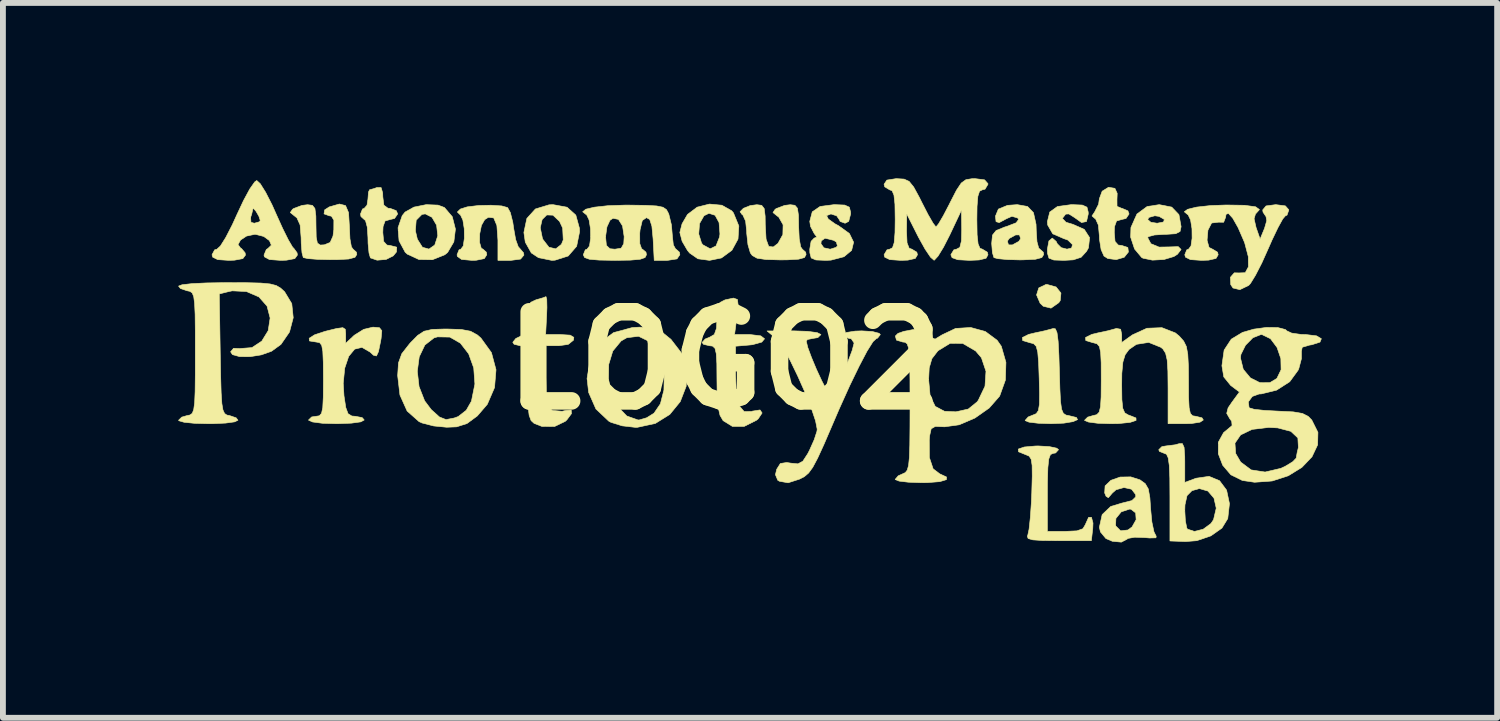
<source format=kicad_pcb>
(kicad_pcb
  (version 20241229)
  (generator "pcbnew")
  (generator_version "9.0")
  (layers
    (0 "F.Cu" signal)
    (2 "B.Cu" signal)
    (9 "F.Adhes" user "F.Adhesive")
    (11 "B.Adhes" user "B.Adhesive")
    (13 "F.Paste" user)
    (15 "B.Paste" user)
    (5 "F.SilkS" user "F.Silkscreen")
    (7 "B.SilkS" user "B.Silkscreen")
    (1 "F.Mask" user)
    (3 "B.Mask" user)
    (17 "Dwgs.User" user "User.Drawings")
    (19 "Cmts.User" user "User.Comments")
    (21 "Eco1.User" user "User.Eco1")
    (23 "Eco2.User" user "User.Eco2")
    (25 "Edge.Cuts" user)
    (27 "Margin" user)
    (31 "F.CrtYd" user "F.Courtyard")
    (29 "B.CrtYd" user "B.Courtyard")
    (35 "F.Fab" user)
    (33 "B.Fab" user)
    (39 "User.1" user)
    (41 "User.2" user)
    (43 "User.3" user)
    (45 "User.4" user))
  (footprint "LOGO2"
    (layer "F.Cu")
    (at 9.339 3.117)
    (property "Reference" "LOGO2" (at 0 0 0) (layer "F.SilkS") (effects (font (size 1.524 1.524) (thickness 0.3))))
    (attr through_hole)
    (fp_poly (pts (xy 5.673 -1.259) (xy 5.756 -1.155) (xy 5.744 -1.027) (xy 5.719 -0.99) (xy 5.586 -0.897) (xy 5.453 -0.93) (xy 5.4 -0.981) (xy 5.339 -1.123) (xy 5.377 -1.243) (xy 5.498 -1.301) (xy 5.518 -1.302) (xy 5.673 -1.259)) (stroke (width 0.01) (type solid)) (fill yes) (layer "F.SilkS"))
    (fp_poly (pts (xy -4.897 -2.659) (xy -4.788 -2.618) (xy -4.654 -2.461) (xy -4.6 -2.249) (xy -4.627 -2.031) (xy -4.734 -1.849) (xy -4.782 -1.81) (xy -4.994 -1.725) (xy -5.225 -1.729) (xy -5.422 -1.82) (xy -5.459 -1.853) (xy -5.564 -2.048) (xy -5.578 -2.221) (xy -5.285 -2.221) (xy -5.251 -2.076) (xy -5.164 -1.938) (xy -5.053 -1.907) (xy -4.954 -1.976) (xy -4.902 -2.135) (xy -4.922 -2.315) (xy -5.001 -2.451) (xy -5.115 -2.509) (xy -5.173 -2.5) (xy -5.271 -2.401) (xy -5.285 -2.221) (xy -5.578 -2.221) (xy -5.581 -2.273) (xy -5.51 -2.479) (xy -5.461 -2.54) (xy -5.309 -2.625) (xy -5.1 -2.667) (xy -4.897 -2.659)) (stroke (width 0.01) (type solid)) (fill yes) (layer "F.SilkS"))
    (fp_poly (pts (xy -2.691 -2.623) (xy -2.541 -2.488) (xy -2.479 -2.263) (xy -2.477 -2.202) (xy -2.527 -1.955) (xy -2.671 -1.789) (xy -2.897 -1.717) (xy -2.953 -1.714) (xy -3.179 -1.76) (xy -3.302 -1.841) (xy -3.405 -2.025) (xy -3.429 -2.191) (xy -3.412 -2.272) (xy -3.149 -2.272) (xy -3.113 -2.095) (xy -3.103 -2.071) (xy -3.001 -1.939) (xy -2.884 -1.911) (xy -2.787 -1.988) (xy -2.756 -2.064) (xy -2.766 -2.267) (xy -2.819 -2.38) (xy -2.932 -2.487) (xy -3.038 -2.491) (xy -3.117 -2.412) (xy -3.149 -2.272) (xy -3.412 -2.272) (xy -3.378 -2.432) (xy -3.232 -2.593) (xy -2.999 -2.664) (xy -2.931 -2.667) (xy -2.691 -2.623)) (stroke (width 0.01) (type solid)) (fill yes) (layer "F.SilkS"))
    (fp_poly (pts (xy -0.043 -2.657) (xy 0.125 -2.562) (xy 0.155 -2.526) (xy 0.247 -2.302) (xy 0.233 -2.078) (xy 0.128 -1.886) (xy -0.051 -1.755) (xy -0.254 -1.714) (xy -0.453 -1.741) (xy -0.594 -1.839) (xy -0.63 -1.882) (xy -0.723 -2.041) (xy -0.755 -2.165) (xy -0.439 -2.165) (xy -0.39 -2.008) (xy -0.366 -1.979) (xy -0.243 -1.912) (xy -0.143 -1.961) (xy -0.083 -2.113) (xy -0.076 -2.165) (xy -0.091 -2.36) (xy -0.159 -2.485) (xy -0.264 -2.519) (xy -0.349 -2.477) (xy -0.425 -2.344) (xy -0.439 -2.165) (xy -0.755 -2.165) (xy -0.762 -2.19) (xy -0.762 -2.191) (xy -0.724 -2.339) (xy -0.631 -2.499) (xy -0.63 -2.5) (xy -0.466 -2.624) (xy -0.255 -2.677) (xy -0.043 -2.657)) (stroke (width 0.01) (type solid)) (fill yes) (layer "F.SilkS"))
    (fp_poly (pts (xy 6.679 -2.946) (xy 6.718 -2.86) (xy 6.714 -2.755) (xy 6.715 -2.638) (xy 6.794 -2.604) (xy 6.803 -2.603) (xy 6.901 -2.561) (xy 6.921 -2.508) (xy 6.869 -2.431) (xy 6.795 -2.413) (xy 6.707 -2.388) (xy 6.672 -2.291) (xy 6.668 -2.191) (xy 6.681 -2.038) (xy 6.736 -1.976) (xy 6.799 -1.968) (xy 6.9 -1.934) (xy 6.91 -1.857) (xy 6.838 -1.767) (xy 6.701 -1.727) (xy 6.557 -1.746) (xy 6.492 -1.788) (xy 6.443 -1.898) (xy 6.415 -2.075) (xy 6.413 -2.135) (xy 6.396 -2.317) (xy 6.349 -2.422) (xy 6.334 -2.432) (xy 6.287 -2.474) (xy 6.334 -2.545) (xy 6.4 -2.675) (xy 6.413 -2.768) (xy 6.461 -2.897) (xy 6.57 -2.964) (xy 6.679 -2.946)) (stroke (width 0.01) (type solid)) (fill yes) (layer "F.SilkS"))
    (fp_poly (pts (xy 7.651 -2.625) (xy 7.774 -2.496) (xy 7.811 -2.29) (xy 7.793 -2.208) (xy 7.719 -2.17) (xy 7.555 -2.159) (xy 7.525 -2.159) (xy 7.354 -2.148) (xy 7.252 -2.12) (xy 7.239 -2.103) (xy 7.294 -1.999) (xy 7.434 -1.941) (xy 7.611 -1.944) (xy 7.762 -1.949) (xy 7.811 -1.9) (xy 7.748 -1.818) (xy 7.688 -1.78) (xy 7.519 -1.729) (xy 7.321 -1.718) (xy 7.16 -1.751) (xy 7.137 -1.763) (xy 7.015 -1.909) (xy 6.948 -2.111) (xy 6.953 -2.276) (xy 7.014 -2.413) (xy 7.239 -2.413) (xy 7.293 -2.366) (xy 7.401 -2.349) (xy 7.51 -2.37) (xy 7.525 -2.413) (xy 7.435 -2.466) (xy 7.362 -2.477) (xy 7.261 -2.449) (xy 7.239 -2.413) (xy 7.014 -2.413) (xy 7.056 -2.507) (xy 7.23 -2.635) (xy 7.437 -2.667) (xy 7.651 -2.625)) (stroke (width 0.01) (type solid)) (fill yes) (layer "F.SilkS"))
    (fp_poly (pts (xy -5.871 -2.959) (xy -5.844 -2.867) (xy -5.842 -2.801) (xy -5.824 -2.658) (xy -5.754 -2.606) (xy -5.715 -2.603) (xy -5.612 -2.564) (xy -5.588 -2.508) (xy -5.641 -2.431) (xy -5.715 -2.413) (xy -5.803 -2.388) (xy -5.838 -2.291) (xy -5.842 -2.191) (xy -5.828 -2.038) (xy -5.772 -1.976) (xy -5.715 -1.968) (xy -5.604 -1.94) (xy -5.608 -1.859) (xy -5.664 -1.791) (xy -5.786 -1.73) (xy -5.939 -1.717) (xy -6.053 -1.756) (xy -6.054 -1.757) (xy -6.078 -1.84) (xy -6.094 -2.005) (xy -6.096 -2.106) (xy -6.108 -2.284) (xy -6.138 -2.395) (xy -6.16 -2.413) (xy -6.216 -2.464) (xy -6.223 -2.508) (xy -6.189 -2.593) (xy -6.16 -2.603) (xy -6.112 -2.658) (xy -6.096 -2.762) (xy -6.087 -2.882) (xy -6.069 -2.921) (xy -5.995 -2.941) (xy -5.942 -2.96) (xy -5.871 -2.959)) (stroke (width 0.01) (type solid)) (fill yes) (layer "F.SilkS"))
    (fp_poly (pts (xy 5.661 -0.543) (xy 5.689 -0.476) (xy 5.708 -0.33) (xy 5.721 -0.089) (xy 5.729 0.169) (xy 5.738 0.488) (xy 5.749 0.702) (xy 5.767 0.832) (xy 5.797 0.902) (xy 5.842 0.932) (xy 5.89 0.941) (xy 6.021 0.973) (xy 6.04 1.01) (xy 5.963 1.044) (xy 5.805 1.07) (xy 5.588 1.079) (xy 5.369 1.072) (xy 5.21 1.053) (xy 5.144 1.026) (xy 5.144 1.023) (xy 5.196 0.964) (xy 5.273 0.933) (xy 5.333 0.908) (xy 5.37 0.855) (xy 5.388 0.748) (xy 5.39 0.562) (xy 5.384 0.307) (xy 5.374 0.029) (xy 5.359 -0.146) (xy 5.333 -0.244) (xy 5.289 -0.289) (xy 5.223 -0.306) (xy 5.101 -0.343) (xy 5.097 -0.395) (xy 5.204 -0.448) (xy 5.307 -0.473) (xy 5.484 -0.511) (xy 5.614 -0.546) (xy 5.622 -0.549) (xy 5.661 -0.543)) (stroke (width 0.01) (type solid)) (fill yes) (layer "F.SilkS"))
    (fp_poly (pts (xy 6.121 -2.66) (xy 6.201 -2.624) (xy 6.222 -2.541) (xy 6.223 -2.508) (xy 6.193 -2.378) (xy 6.108 -2.361) (xy 5.991 -2.445) (xy 5.891 -2.508) (xy 5.837 -2.505) (xy 5.78 -2.432) (xy 5.842 -2.366) (xy 5.966 -2.328) (xy 6.155 -2.244) (xy 6.246 -2.103) (xy 6.227 -1.929) (xy 6.194 -1.869) (xy 6.101 -1.767) (xy 5.967 -1.723) (xy 5.809 -1.714) (xy 5.634 -1.72) (xy 5.551 -1.752) (xy 5.526 -1.834) (xy 5.524 -1.905) (xy 5.55 -2.046) (xy 5.608 -2.095) (xy 5.675 -2.037) (xy 5.692 -2) (xy 5.759 -1.932) (xy 5.859 -1.906) (xy 5.939 -1.926) (xy 5.953 -1.984) (xy 5.875 -2.061) (xy 5.805 -2.086) (xy 5.616 -2.168) (xy 5.529 -2.319) (xy 5.524 -2.376) (xy 5.565 -2.541) (xy 5.696 -2.635) (xy 5.93 -2.667) (xy 5.95 -2.667) (xy 6.121 -2.66)) (stroke (width 0.01) (type solid)) (fill yes) (layer "F.SilkS"))
    (fp_poly (pts (xy 5.557 1.471) (xy 5.684 1.498) (xy 5.715 1.524) (xy 5.664 1.58) (xy 5.62 1.587) (xy 5.576 1.608) (xy 5.548 1.683) (xy 5.532 1.833) (xy 5.525 2.079) (xy 5.524 2.254) (xy 5.524 2.921) (xy 5.835 2.921) (xy 6.029 2.912) (xy 6.131 2.876) (xy 6.176 2.801) (xy 6.178 2.794) (xy 6.229 2.681) (xy 6.278 2.681) (xy 6.304 2.778) (xy 6.3 2.873) (xy 6.276 3.08) (xy 5.709 3.08) (xy 5.438 3.077) (xy 5.274 3.066) (xy 5.195 3.043) (xy 5.181 3.004) (xy 5.189 2.985) (xy 5.211 2.883) (xy 5.232 2.687) (xy 5.25 2.43) (xy 5.257 2.265) (xy 5.265 1.979) (xy 5.263 1.794) (xy 5.247 1.688) (xy 5.212 1.634) (xy 5.154 1.609) (xy 5.148 1.607) (xy 5.03 1.559) (xy 5.027 1.513) (xy 5.128 1.478) (xy 5.32 1.461) (xy 5.366 1.46) (xy 5.557 1.471)) (stroke (width 0.01) (type solid)) (fill yes) (layer "F.SilkS"))
    (fp_poly (pts (xy -3.808 -2.645) (xy -3.708 -2.617) (xy -3.661 -2.532) (xy -3.619 -2.366) (xy -3.603 -2.256) (xy -3.57 -2.07) (xy -3.525 -1.946) (xy -3.499 -1.918) (xy -3.435 -1.843) (xy -3.429 -1.804) (xy -3.486 -1.736) (xy -3.651 -1.714) (xy -3.873 -1.714) (xy -3.873 -2.06) (xy -3.891 -2.31) (xy -3.945 -2.44) (xy -4.036 -2.451) (xy -4.099 -2.411) (xy -4.155 -2.313) (xy -4.185 -2.167) (xy -4.187 -2.021) (xy -4.158 -1.922) (xy -4.128 -1.905) (xy -4.071 -1.854) (xy -4.064 -1.81) (xy -4.106 -1.744) (xy -4.245 -1.716) (xy -4.318 -1.714) (xy -4.495 -1.73) (xy -4.567 -1.782) (xy -4.572 -1.81) (xy -4.538 -1.894) (xy -4.508 -1.905) (xy -4.466 -1.96) (xy -4.447 -2.092) (xy -4.449 -2.256) (xy -4.473 -2.405) (xy -4.515 -2.493) (xy -4.524 -2.498) (xy -4.567 -2.541) (xy -4.515 -2.592) (xy -4.398 -2.629) (xy -4.207 -2.652) (xy -3.993 -2.657) (xy -3.808 -2.645)) (stroke (width 0.01) (type solid)) (fill yes) (layer "F.SilkS"))
    (fp_poly (pts (xy -1.233 -0.556) (xy -1.071 -0.49) (xy -0.914 -0.363) (xy -0.723 -0.115) (xy -0.64 0.16) (xy -0.654 0.441) (xy -0.755 0.702) (xy -0.934 0.921) (xy -1.181 1.075) (xy -1.487 1.141) (xy -1.531 1.141) (xy -1.748 1.116) (xy -1.94 1.056) (xy -1.977 1.036) (xy -2.197 0.828) (xy -2.322 0.544) (xy -2.347 0.319) (xy -1.982 0.319) (xy -1.927 0.571) (xy -1.821 0.79) (xy -1.669 0.948) (xy -1.479 1.015) (xy -1.459 1.016) (xy -1.329 0.978) (xy -1.204 0.9) (xy -1.094 0.739) (xy -1.034 0.504) (xy -1.029 0.236) (xy -1.08 -0.02) (xy -1.124 -0.123) (xy -1.28 -0.324) (xy -1.468 -0.416) (xy -1.67 -0.391) (xy -1.767 -0.335) (xy -1.909 -0.163) (xy -1.978 0.065) (xy -1.982 0.319) (xy -2.347 0.319) (xy -2.349 0.308) (xy -2.294 -0.031) (xy -2.14 -0.297) (xy -1.896 -0.478) (xy -1.575 -0.565) (xy -1.45 -0.572) (xy -1.233 -0.556)) (stroke (width 0.01) (type solid)) (fill yes) (layer "F.SilkS"))
    (fp_poly (pts (xy 1.206 -2.656) (xy 1.249 -2.606) (xy 1.267 -2.485) (xy 1.27 -2.286) (xy 1.28 -2.083) (xy 1.305 -1.945) (xy 1.333 -1.905) (xy 1.39 -1.854) (xy 1.397 -1.813) (xy 1.369 -1.762) (xy 1.268 -1.734) (xy 1.073 -1.723) (xy 0.952 -1.722) (xy 0.708 -1.729) (xy 0.559 -1.751) (xy 0.477 -1.797) (xy 0.444 -1.842) (xy 0.403 -1.982) (xy 0.382 -2.175) (xy 0.381 -2.213) (xy 0.363 -2.385) (xy 0.316 -2.489) (xy 0.302 -2.498) (xy 0.268 -2.546) (xy 0.326 -2.605) (xy 0.442 -2.651) (xy 0.556 -2.666) (xy 0.638 -2.655) (xy 0.681 -2.6) (xy 0.697 -2.47) (xy 0.699 -2.321) (xy 0.713 -2.077) (xy 0.758 -1.953) (xy 0.836 -1.943) (xy 0.916 -2.004) (xy 1 -2.155) (xy 1.004 -2.323) (xy 0.929 -2.455) (xy 0.905 -2.472) (xy 0.831 -2.532) (xy 0.868 -2.587) (xy 0.889 -2.601) (xy 1.03 -2.654) (xy 1.127 -2.666) (xy 1.206 -2.656)) (stroke (width 0.01) (type solid)) (fill yes) (layer "F.SilkS"))
    (fp_poly (pts (xy 0.223 -1.045) (xy 0.236 -0.943) (xy 0.216 -0.762) (xy 0.174 -0.445) (xy 0.442 -0.445) (xy 0.622 -0.423) (xy 0.687 -0.373) (xy 0.639 -0.316) (xy 0.481 -0.272) (xy 0.424 -0.266) (xy 0.191 -0.246) (xy 0.191 0.25) (xy 0.206 0.57) (xy 0.254 0.774) (xy 0.338 0.872) (xy 0.464 0.87) (xy 0.481 0.864) (xy 0.609 0.844) (xy 0.645 0.896) (xy 0.579 0.995) (xy 0.548 1.021) (xy 0.34 1.125) (xy 0.136 1.125) (xy -0.022 1.027) (xy -0.075 0.936) (xy -0.108 0.792) (xy -0.124 0.567) (xy -0.127 0.328) (xy -0.129 0.054) (xy -0.139 -0.118) (xy -0.161 -0.21) (xy -0.202 -0.248) (xy -0.254 -0.254) (xy -0.357 -0.278) (xy -0.381 -0.31) (xy -0.328 -0.369) (xy -0.254 -0.399) (xy -0.172 -0.446) (xy -0.135 -0.552) (xy -0.127 -0.717) (xy -0.117 -0.899) (xy -0.076 -0.994) (xy 0.013 -1.039) (xy 0.016 -1.039) (xy 0.155 -1.069) (xy 0.223 -1.045)) (stroke (width 0.01) (type solid)) (fill yes) (layer "F.SilkS"))
    (fp_poly (pts (xy 5.184 -2.636) (xy 5.286 -2.53) (xy 5.33 -2.33) (xy 5.334 -2.21) (xy 5.346 -2.033) (xy 5.376 -1.923) (xy 5.397 -1.905) (xy 5.454 -1.854) (xy 5.461 -1.814) (xy 5.429 -1.762) (xy 5.32 -1.733) (xy 5.11 -1.723) (xy 5.055 -1.722) (xy 4.839 -1.728) (xy 4.678 -1.743) (xy 4.61 -1.761) (xy 4.584 -1.845) (xy 4.572 -1.997) (xy 4.572 -2.008) (xy 4.575 -2.042) (xy 4.84 -2.042) (xy 4.859 -1.979) (xy 4.925 -1.978) (xy 5.036 -2.039) (xy 5.066 -2.086) (xy 5.047 -2.149) (xy 4.981 -2.149) (xy 4.87 -2.088) (xy 4.84 -2.042) (xy 4.575 -2.042) (xy 4.585 -2.146) (xy 4.648 -2.225) (xy 4.794 -2.284) (xy 4.828 -2.294) (xy 4.989 -2.356) (xy 5.032 -2.414) (xy 5.017 -2.438) (xy 4.918 -2.468) (xy 4.825 -2.427) (xy 4.7 -2.36) (xy 4.646 -2.376) (xy 4.636 -2.47) (xy 4.686 -2.591) (xy 4.842 -2.655) (xy 5.009 -2.667) (xy 5.184 -2.636)) (stroke (width 0.01) (type solid)) (fill yes) (layer "F.SilkS"))
    (fp_poly (pts (xy -6.479 -2.651) (xy -6.428 -2.531) (xy -6.414 -2.303) (xy -6.413 -2.286) (xy -6.404 -2.083) (xy -6.379 -1.945) (xy -6.35 -1.905) (xy -6.293 -1.854) (xy -6.287 -1.815) (xy -6.318 -1.766) (xy -6.427 -1.737) (xy -6.634 -1.726) (xy -6.726 -1.726) (xy -6.951 -1.731) (xy -7.121 -1.744) (xy -7.202 -1.762) (xy -7.202 -1.762) (xy -7.224 -1.843) (xy -7.237 -2.004) (xy -7.239 -2.103) (xy -7.256 -2.319) (xy -7.311 -2.441) (xy -7.35 -2.472) (xy -7.424 -2.532) (xy -7.387 -2.587) (xy -7.366 -2.601) (xy -7.225 -2.654) (xy -7.128 -2.666) (xy -7.046 -2.655) (xy -7.003 -2.601) (xy -6.987 -2.473) (xy -6.985 -2.313) (xy -6.981 -2.112) (xy -6.961 -2.01) (xy -6.912 -1.976) (xy -6.842 -1.98) (xy -6.742 -2.021) (xy -6.694 -2.129) (xy -6.68 -2.238) (xy -6.679 -2.402) (xy -6.721 -2.47) (xy -6.759 -2.477) (xy -6.847 -2.509) (xy -6.837 -2.577) (xy -6.758 -2.628) (xy -6.584 -2.678) (xy -6.479 -2.651)) (stroke (width 0.01) (type solid)) (fill yes) (layer "F.SilkS"))
    (fp_poly (pts (xy 7.862 1.484) (xy 7.873 1.642) (xy 7.874 1.734) (xy 7.874 2.084) (xy 8.067 2.012) (xy 8.289 1.98) (xy 8.468 2.054) (xy 8.589 2.216) (xy 8.638 2.447) (xy 8.609 2.702) (xy 8.509 2.865) (xy 8.32 2.998) (xy 8.079 3.08) (xy 7.887 3.095) (xy 7.62 3.085) (xy 7.62 2.563) (xy 7.874 2.563) (xy 7.884 2.742) (xy 7.908 2.862) (xy 7.919 2.882) (xy 8.038 2.922) (xy 8.189 2.884) (xy 8.322 2.786) (xy 8.366 2.72) (xy 8.412 2.524) (xy 8.373 2.352) (xy 8.269 2.231) (xy 8.122 2.189) (xy 7.996 2.225) (xy 7.912 2.31) (xy 7.877 2.468) (xy 7.874 2.563) (xy 7.62 2.563) (xy 7.62 2.336) (xy 7.618 2.011) (xy 7.609 1.793) (xy 7.59 1.663) (xy 7.561 1.601) (xy 7.525 1.587) (xy 7.44 1.553) (xy 7.429 1.524) (xy 7.482 1.472) (xy 7.551 1.46) (xy 7.711 1.44) (xy 7.774 1.422) (xy 7.832 1.419) (xy 7.862 1.484)) (stroke (width 0.01) (type solid)) (fill yes) (layer "F.SilkS"))
    (fp_poly (pts (xy 2.057 -2.66) (xy 2.137 -2.624) (xy 2.158 -2.541) (xy 2.159 -2.508) (xy 2.126 -2.381) (xy 2.064 -2.349) (xy 1.979 -2.38) (xy 1.968 -2.406) (xy 1.92 -2.476) (xy 1.822 -2.508) (xy 1.748 -2.479) (xy 1.777 -2.421) (xy 1.892 -2.339) (xy 1.952 -2.307) (xy 2.138 -2.173) (xy 2.21 -2.025) (xy 2.176 -1.885) (xy 2.045 -1.776) (xy 1.823 -1.718) (xy 1.736 -1.714) (xy 1.565 -1.721) (xy 1.485 -1.755) (xy 1.462 -1.842) (xy 1.46 -1.905) (xy 1.476 -2) (xy 1.651 -2) (xy 1.701 -1.929) (xy 1.809 -1.905) (xy 1.911 -1.937) (xy 1.933 -1.962) (xy 1.915 -2.028) (xy 1.868 -2.057) (xy 1.72 -2.093) (xy 1.657 -2.047) (xy 1.651 -2) (xy 1.476 -2) (xy 1.483 -2.04) (xy 1.536 -2.095) (xy 1.537 -2.095) (xy 1.581 -2.114) (xy 1.537 -2.172) (xy 1.473 -2.295) (xy 1.46 -2.381) (xy 1.503 -2.544) (xy 1.637 -2.636) (xy 1.874 -2.667) (xy 1.886 -2.667) (xy 2.057 -2.66)) (stroke (width 0.01) (type solid)) (fill yes) (layer "F.SilkS"))
    (fp_poly (pts (xy -4.499 -0.532) (xy -4.341 -0.502) (xy -4.223 -0.437) (xy -4.164 -0.385) (xy -3.984 -0.136) (xy -3.906 0.156) (xy -3.931 0.461) (xy -4.055 0.748) (xy -4.226 0.947) (xy -4.403 1.077) (xy -4.58 1.133) (xy -4.749 1.14) (xy -4.972 1.118) (xy -5.171 1.067) (xy -5.222 1.044) (xy -5.426 0.863) (xy -5.549 0.589) (xy -5.588 0.256) (xy -5.583 0.182) (xy -5.252 0.182) (xy -5.222 0.445) (xy -5.127 0.688) (xy -5.014 0.838) (xy -4.873 0.965) (xy -4.761 1.009) (xy -4.624 0.983) (xy -4.552 0.957) (xy -4.415 0.85) (xy -4.326 0.694) (xy -4.267 0.401) (xy -4.287 0.125) (xy -4.374 -0.116) (xy -4.515 -0.298) (xy -4.696 -0.402) (xy -4.907 -0.406) (xy -4.967 -0.388) (xy -5.123 -0.266) (xy -5.219 -0.065) (xy -5.252 0.182) (xy -5.583 0.182) (xy -5.574 0.039) (xy -5.517 -0.118) (xy -5.388 -0.283) (xy -5.371 -0.303) (xy -5.245 -0.431) (xy -5.136 -0.502) (xy -4.999 -0.533) (xy -4.789 -0.54) (xy -4.741 -0.54) (xy -4.499 -0.532)) (stroke (width 0.01) (type solid)) (fill yes) (layer "F.SilkS"))
    (fp_poly (pts (xy -3.038 -1.047) (xy -3.035 -0.908) (xy -3.04 -0.778) (xy -3.057 -0.445) (xy -2.801 -0.445) (xy -2.637 -0.435) (xy -2.575 -0.398) (xy -2.581 -0.349) (xy -2.671 -0.277) (xy -2.833 -0.254) (xy -3.048 -0.254) (xy -3.048 0.281) (xy -3.045 0.547) (xy -3.031 0.712) (xy -3.001 0.804) (xy -2.951 0.847) (xy -2.93 0.854) (xy -2.776 0.867) (xy -2.708 0.852) (xy -2.62 0.845) (xy -2.615 0.907) (xy -2.693 1.012) (xy -2.72 1.038) (xy -2.904 1.127) (xy -3.123 1.125) (xy -3.254 1.074) (xy -3.306 1.026) (xy -3.339 0.937) (xy -3.358 0.784) (xy -3.365 0.54) (xy -3.365 0.378) (xy -3.367 0.09) (xy -3.376 -0.095) (xy -3.395 -0.198) (xy -3.431 -0.243) (xy -3.487 -0.254) (xy -3.493 -0.254) (xy -3.596 -0.279) (xy -3.619 -0.313) (xy -3.567 -0.378) (xy -3.493 -0.413) (xy -3.409 -0.467) (xy -3.372 -0.584) (xy -3.365 -0.727) (xy -3.355 -0.906) (xy -3.311 -0.998) (xy -3.223 -1.039) (xy -3.099 -1.075) (xy -3.051 -1.094) (xy -3.038 -1.047)) (stroke (width 0.01) (type solid)) (fill yes) (layer "F.SilkS"))
    (fp_poly (pts (xy 7.108 2.04) (xy 7.198 2.105) (xy 7.25 2.195) (xy 7.277 2.347) (xy 7.29 2.54) (xy 7.311 2.76) (xy 7.347 2.929) (xy 7.385 3.004) (xy 7.381 3.031) (xy 7.27 3.034) (xy 7.191 3.027) (xy 7.018 3.021) (xy 6.904 3.041) (xy 6.886 3.054) (xy 6.789 3.105) (xy 6.635 3.09) (xy 6.525 3.043) (xy 6.432 2.931) (xy 6.413 2.85) (xy 6.419 2.825) (xy 6.69 2.825) (xy 6.776 2.911) (xy 6.901 2.897) (xy 6.972 2.845) (xy 7.042 2.721) (xy 7.034 2.605) (xy 6.953 2.542) (xy 6.929 2.54) (xy 6.787 2.587) (xy 6.696 2.699) (xy 6.69 2.825) (xy 6.419 2.825) (xy 6.461 2.634) (xy 6.607 2.495) (xy 6.8 2.437) (xy 6.97 2.394) (xy 7.035 2.331) (xy 7.035 2.293) (xy 6.964 2.2) (xy 6.834 2.171) (xy 6.698 2.209) (xy 6.635 2.265) (xy 6.567 2.345) (xy 6.528 2.321) (xy 6.504 2.264) (xy 6.511 2.143) (xy 6.61 2.048) (xy 6.768 1.992) (xy 6.95 1.989) (xy 7.108 2.04)) (stroke (width 0.01) (type solid)) (fill yes) (layer "F.SilkS"))
    (fp_poly (pts (xy -5.899 -0.562) (xy -5.859 -0.511) (xy -5.871 -0.38) (xy -5.879 -0.333) (xy -5.916 -0.153) (xy -5.951 -0.079) (xy -6.002 -0.092) (xy -6.06 -0.146) (xy -6.198 -0.226) (xy -6.323 -0.196) (xy -6.425 -0.073) (xy -6.493 0.128) (xy -6.519 0.389) (xy -6.506 0.602) (xy -6.475 0.804) (xy -6.436 0.909) (xy -6.372 0.948) (xy -6.311 0.953) (xy -6.195 0.975) (xy -6.16 1.016) (xy -6.219 1.048) (xy -6.379 1.07) (xy -6.613 1.079) (xy -6.636 1.079) (xy -6.876 1.072) (xy -7.043 1.05) (xy -7.112 1.019) (xy -7.112 1.016) (xy -7.059 0.964) (xy -6.985 0.953) (xy -6.927 0.944) (xy -6.89 0.902) (xy -6.869 0.805) (xy -6.86 0.629) (xy -6.858 0.352) (xy -6.858 0.318) (xy -6.86 0.028) (xy -6.868 -0.157) (xy -6.887 -0.261) (xy -6.923 -0.307) (xy -6.978 -0.317) (xy -6.985 -0.318) (xy -7.097 -0.336) (xy -7.101 -0.382) (xy -7.008 -0.441) (xy -6.83 -0.5) (xy -6.83 -0.5) (xy -6.631 -0.549) (xy -6.526 -0.563) (xy -6.484 -0.536) (xy -6.477 -0.462) (xy -6.477 -0.433) (xy -6.477 -0.295) (xy -6.33 -0.433) (xy -6.169 -0.534) (xy -6.01 -0.572) (xy -5.899 -0.562)) (stroke (width 0.01) (type solid)) (fill yes) (layer "F.SilkS"))
    (fp_poly (pts (xy -7.938 -3.025) (xy -7.846 -2.878) (xy -7.736 -2.663) (xy -7.667 -2.508) (xy -7.556 -2.262) (xy -7.458 -2.065) (xy -7.386 -1.942) (xy -7.361 -1.916) (xy -7.308 -1.843) (xy -7.303 -1.804) (xy -7.347 -1.744) (xy -7.491 -1.717) (xy -7.588 -1.714) (xy -7.781 -1.728) (xy -7.866 -1.774) (xy -7.874 -1.804) (xy -7.834 -1.9) (xy -7.807 -1.917) (xy -7.748 -1.974) (xy -7.781 -2.052) (xy -7.878 -2.123) (xy -8.014 -2.158) (xy -8.033 -2.159) (xy -8.172 -2.13) (xy -8.275 -2.062) (xy -8.318 -1.984) (xy -8.272 -1.922) (xy -8.259 -1.917) (xy -8.197 -1.843) (xy -8.191 -1.804) (xy -8.236 -1.744) (xy -8.38 -1.717) (xy -8.477 -1.714) (xy -8.666 -1.727) (xy -8.751 -1.769) (xy -8.763 -1.81) (xy -8.718 -1.894) (xy -8.679 -1.905) (xy -8.619 -1.96) (xy -8.527 -2.107) (xy -8.416 -2.323) (xy -8.358 -2.45) (xy -8.103 -2.45) (xy -8.097 -2.365) (xy -8.04 -2.349) (xy -7.951 -2.374) (xy -7.938 -2.397) (xy -7.962 -2.47) (xy -8.011 -2.554) (xy -8.054 -2.602) (xy -8.064 -2.593) (xy -8.085 -2.502) (xy -8.103 -2.45) (xy -8.358 -2.45) (xy -8.339 -2.492) (xy -8.223 -2.739) (xy -8.117 -2.935) (xy -8.033 -3.055) (xy -7.998 -3.08) (xy -7.938 -3.025)) (stroke (width 0.01) (type solid)) (fill yes) (layer "F.SilkS"))
    (fp_poly (pts (xy -1.631 -2.659) (xy -1.345 -2.655) (xy -1.16 -2.645) (xy -1.051 -2.623) (xy -0.991 -2.582) (xy -0.956 -2.517) (xy -0.949 -2.498) (xy -0.906 -2.321) (xy -0.889 -2.123) (xy -0.873 -1.978) (xy -0.833 -1.907) (xy -0.826 -1.905) (xy -0.769 -1.854) (xy -0.762 -1.81) (xy -0.811 -1.739) (xy -0.966 -1.715) (xy -0.981 -1.714) (xy -1.2 -1.714) (xy -1.219 -2.08) (xy -1.24 -2.299) (xy -1.277 -2.414) (xy -1.333 -2.445) (xy -1.404 -2.396) (xy -1.442 -2.239) (xy -1.448 -2.175) (xy -1.447 -2) (xy -1.415 -1.911) (xy -1.401 -1.905) (xy -1.341 -1.854) (xy -1.333 -1.81) (xy -1.357 -1.762) (xy -1.44 -1.733) (xy -1.607 -1.718) (xy -1.873 -1.714) (xy -2.143 -1.719) (xy -2.308 -1.733) (xy -2.391 -1.763) (xy -2.413 -1.81) (xy -2.379 -1.894) (xy -2.349 -1.905) (xy -2.307 -1.96) (xy -2.288 -2.092) (xy -2.288 -2.115) (xy -2.032 -2.115) (xy -2.018 -1.97) (xy -1.958 -1.913) (xy -1.873 -1.905) (xy -1.765 -1.922) (xy -1.721 -2) (xy -1.714 -2.119) (xy -1.742 -2.303) (xy -1.812 -2.415) (xy -1.906 -2.434) (xy -1.957 -2.399) (xy -2.009 -2.287) (xy -2.032 -2.12) (xy -2.032 -2.115) (xy -2.288 -2.115) (xy -2.29 -2.256) (xy -2.314 -2.405) (xy -2.356 -2.493) (xy -2.365 -2.498) (xy -2.424 -2.545) (xy -2.37 -2.589) (xy -2.222 -2.624) (xy -1.993 -2.649) (xy -1.7 -2.659) (xy -1.631 -2.659)) (stroke (width 0.01) (type solid)) (fill yes) (layer "F.SilkS"))
    (fp_poly (pts (xy -8.166 -1.332) (xy -7.929 -1.326) (xy -7.77 -1.311) (xy -7.665 -1.284) (xy -7.59 -1.24) (xy -7.522 -1.178) (xy -7.399 -0.974) (xy -7.374 -0.733) (xy -7.438 -0.489) (xy -7.584 -0.277) (xy -7.745 -0.16) (xy -7.919 -0.098) (xy -8.113 -0.067) (xy -8.291 -0.068) (xy -8.413 -0.102) (xy -8.445 -0.15) (xy -8.395 -0.21) (xy -8.287 -0.206) (xy -8.08 -0.222) (xy -7.912 -0.333) (xy -7.802 -0.512) (xy -7.769 -0.728) (xy -7.822 -0.932) (xy -7.961 -1.089) (xy -8.174 -1.181) (xy -8.416 -1.193) (xy -8.475 -1.181) (xy -8.639 -1.14) (xy -8.622 -0.11) (xy -8.615 0.273) (xy -8.607 0.547) (xy -8.595 0.732) (xy -8.576 0.845) (xy -8.548 0.905) (xy -8.508 0.932) (xy -8.461 0.941) (xy -8.35 0.979) (xy -8.319 1.02) (xy -8.377 1.048) (xy -8.532 1.069) (xy -8.755 1.079) (xy -8.826 1.079) (xy -9.062 1.073) (xy -9.24 1.055) (xy -9.329 1.029) (xy -9.335 1.02) (xy -9.281 0.967) (xy -9.192 0.941) (xy -9.139 0.93) (xy -9.101 0.902) (xy -9.076 0.838) (xy -9.06 0.72) (xy -9.052 0.53) (xy -9.049 0.25) (xy -9.049 -0.127) (xy -9.049 -0.513) (xy -9.052 -0.791) (xy -9.061 -0.979) (xy -9.076 -1.095) (xy -9.102 -1.157) (xy -9.14 -1.184) (xy -9.192 -1.195) (xy -9.303 -1.233) (xy -9.335 -1.274) (xy -9.275 -1.297) (xy -9.109 -1.316) (xy -8.86 -1.328) (xy -8.548 -1.333) (xy -8.506 -1.333) (xy -8.166 -1.332)) (stroke (width 0.01) (type solid)) (fill yes) (layer "F.SilkS"))
    (fp_poly (pts (xy 2.531 -0.497) (xy 2.646 -0.467) (xy 2.667 -0.445) (xy 2.619 -0.383) (xy 2.604 -0.381) (xy 2.542 -0.324) (xy 2.44 -0.162) (xy 2.306 0.093) (xy 2.144 0.427) (xy 1.963 0.828) (xy 1.844 1.105) (xy 1.702 1.435) (xy 1.595 1.668) (xy 1.512 1.824) (xy 1.44 1.923) (xy 1.367 1.985) (xy 1.286 2.027) (xy 1.09 2.09) (xy 0.943 2.064) (xy 0.913 2.047) (xy 0.873 1.951) (xy 0.895 1.858) (xy 0.957 1.76) (xy 1.066 1.743) (xy 1.136 1.754) (xy 1.258 1.766) (xy 1.342 1.721) (xy 1.425 1.593) (xy 1.456 1.533) (xy 1.536 1.354) (xy 1.583 1.209) (xy 1.587 1.173) (xy 1.559 1.03) (xy 1.485 0.809) (xy 1.378 0.542) (xy 1.253 0.261) (xy 1.125 -0.003) (xy 1.007 -0.217) (xy 0.913 -0.35) (xy 0.898 -0.365) (xy 0.73 -0.507) (xy 1.191 -0.508) (xy 1.425 -0.5) (xy 1.587 -0.478) (xy 1.651 -0.446) (xy 1.651 -0.445) (xy 1.598 -0.393) (xy 1.524 -0.381) (xy 1.422 -0.361) (xy 1.4 -0.333) (xy 1.426 -0.224) (xy 1.49 -0.052) (xy 1.574 0.149) (xy 1.665 0.345) (xy 1.745 0.5) (xy 1.801 0.581) (xy 1.81 0.586) (xy 1.86 0.532) (xy 1.939 0.395) (xy 2.03 0.209) (xy 2.117 0.008) (xy 2.185 -0.172) (xy 2.217 -0.295) (xy 2.218 -0.302) (xy 2.171 -0.372) (xy 2.127 -0.381) (xy 2.043 -0.415) (xy 2.032 -0.445) (xy 2.089 -0.481) (xy 2.235 -0.504) (xy 2.349 -0.508) (xy 2.531 -0.497)) (stroke (width 0.01) (type solid)) (fill yes) (layer "F.SilkS"))
    (fp_poly (pts (xy 7.713 -0.473) (xy 7.782 -0.416) (xy 7.855 -0.333) (xy 7.901 -0.24) (xy 7.925 -0.108) (xy 7.936 0.094) (xy 7.938 0.346) (xy 7.939 0.628) (xy 7.948 0.805) (xy 7.969 0.903) (xy 8.007 0.944) (xy 8.065 0.953) (xy 8.168 0.979) (xy 8.191 1.016) (xy 8.135 1.053) (xy 7.99 1.076) (xy 7.89 1.079) (xy 7.588 1.079) (xy 7.588 0.471) (xy 7.585 0.181) (xy 7.573 -0.009) (xy 7.546 -0.126) (xy 7.5 -0.198) (xy 7.465 -0.227) (xy 7.257 -0.311) (xy 7.047 -0.278) (xy 6.921 -0.191) (xy 6.854 -0.1) (xy 6.815 0.026) (xy 6.797 0.22) (xy 6.795 0.419) (xy 6.798 0.667) (xy 6.813 0.816) (xy 6.847 0.894) (xy 6.907 0.93) (xy 6.921 0.934) (xy 7.039 0.981) (xy 7.041 1.023) (xy 6.938 1.057) (xy 6.741 1.077) (xy 6.604 1.079) (xy 6.385 1.072) (xy 6.226 1.051) (xy 6.16 1.023) (xy 6.16 1.02) (xy 6.213 0.967) (xy 6.302 0.941) (xy 6.369 0.925) (xy 6.41 0.882) (xy 6.433 0.788) (xy 6.443 0.62) (xy 6.445 0.351) (xy 6.445 0.318) (xy 6.444 0.037) (xy 6.435 -0.14) (xy 6.414 -0.24) (xy 6.374 -0.287) (xy 6.31 -0.305) (xy 6.302 -0.306) (xy 6.181 -0.343) (xy 6.177 -0.395) (xy 6.283 -0.448) (xy 6.386 -0.473) (xy 6.564 -0.511) (xy 6.695 -0.547) (xy 6.704 -0.55) (xy 6.777 -0.536) (xy 6.795 -0.447) (xy 6.795 -0.309) (xy 6.979 -0.44) (xy 7.226 -0.553) (xy 7.483 -0.563) (xy 7.713 -0.473)) (stroke (width 0.01) (type solid)) (fill yes) (layer "F.SilkS"))
    (fp_poly (pts (xy 9.594 -2.646) (xy 9.652 -2.58) (xy 9.652 -2.572) (xy 9.622 -2.487) (xy 9.596 -2.477) (xy 9.549 -2.422) (xy 9.468 -2.275) (xy 9.366 -2.062) (xy 9.304 -1.921) (xy 9.191 -1.669) (xy 9.083 -1.459) (xy 8.997 -1.319) (xy 8.967 -1.286) (xy 8.816 -1.213) (xy 8.699 -1.241) (xy 8.66 -1.299) (xy 8.654 -1.425) (xy 8.721 -1.501) (xy 8.8 -1.499) (xy 8.908 -1.503) (xy 8.962 -1.603) (xy 8.96 -1.779) (xy 8.899 -2.011) (xy 8.886 -2.044) (xy 8.786 -2.274) (xy 8.694 -2.436) (xy 8.621 -2.517) (xy 8.579 -2.502) (xy 8.572 -2.451) (xy 8.539 -2.366) (xy 8.45 -2.367) (xy 8.333 -2.353) (xy 8.27 -2.231) (xy 8.255 -2.059) (xy 8.289 -1.935) (xy 8.35 -1.905) (xy 8.434 -1.854) (xy 8.445 -1.81) (xy 8.408 -1.747) (xy 8.281 -1.718) (xy 8.16 -1.714) (xy 7.971 -1.727) (xy 7.886 -1.769) (xy 7.874 -1.81) (xy 7.908 -1.894) (xy 7.938 -1.905) (xy 7.98 -1.96) (xy 7.999 -2.092) (xy 7.997 -2.256) (xy 7.973 -2.405) (xy 7.931 -2.493) (xy 7.922 -2.498) (xy 7.866 -2.545) (xy 7.923 -2.588) (xy 8.076 -2.625) (xy 8.311 -2.651) (xy 8.582 -2.661) (xy 8.896 -2.656) (xy 9.086 -2.63) (xy 9.151 -2.582) (xy 9.09 -2.514) (xy 9.084 -2.511) (xy 9.059 -2.426) (xy 9.093 -2.276) (xy 9.162 -2.078) (xy 9.238 -2.262) (xy 9.276 -2.394) (xy 9.263 -2.465) (xy 9.261 -2.466) (xy 9.212 -2.539) (xy 9.207 -2.577) (xy 9.264 -2.645) (xy 9.43 -2.667) (xy 9.594 -2.646)) (stroke (width 0.01) (type solid)) (fill yes) (layer "F.SilkS"))
    (fp_poly (pts (xy 4.463 -0.497) (xy 4.664 -0.348) (xy 4.736 -0.245) (xy 4.815 0.03) (xy 4.806 0.333) (xy 4.709 0.603) (xy 4.706 0.609) (xy 4.529 0.811) (xy 4.284 0.983) (xy 4.015 1.098) (xy 3.769 1.132) (xy 3.759 1.132) (xy 3.607 1.126) (xy 3.537 1.166) (xy 3.51 1.286) (xy 3.504 1.359) (xy 3.506 1.659) (xy 3.57 1.851) (xy 3.683 1.937) (xy 3.799 1.991) (xy 3.797 2.036) (xy 3.685 2.07) (xy 3.473 2.087) (xy 3.365 2.088) (xy 3.146 2.08) (xy 2.988 2.061) (xy 2.921 2.034) (xy 2.921 2.032) (xy 2.973 1.971) (xy 3.048 1.937) (xy 3.094 1.916) (xy 3.127 1.874) (xy 3.15 1.793) (xy 3.164 1.656) (xy 3.171 1.443) (xy 3.174 1.137) (xy 3.175 0.789) (xy 3.174 0.39) (xy 3.174 0.325) (xy 3.493 0.325) (xy 3.519 0.606) (xy 3.606 0.783) (xy 3.763 0.867) (xy 3.959 0.876) (xy 4.171 0.829) (xy 4.32 0.708) (xy 4.342 0.68) (xy 4.457 0.439) (xy 4.474 0.183) (xy 4.396 -0.049) (xy 4.297 -0.165) (xy 4.076 -0.294) (xy 3.862 -0.296) (xy 3.659 -0.172) (xy 3.648 -0.162) (xy 3.549 -0.033) (xy 3.503 0.124) (xy 3.493 0.325) (xy 3.174 0.325) (xy 3.171 0.101) (xy 3.163 -0.097) (xy 3.149 -0.22) (xy 3.126 -0.286) (xy 3.092 -0.313) (xy 3.048 -0.318) (xy 2.943 -0.35) (xy 2.924 -0.42) (xy 2.969 -0.465) (xy 3.072 -0.501) (xy 3.227 -0.53) (xy 3.388 -0.547) (xy 3.511 -0.548) (xy 3.55 -0.53) (xy 3.546 -0.394) (xy 3.603 -0.367) (xy 3.723 -0.44) (xy 3.954 -0.55) (xy 4.213 -0.566) (xy 4.463 -0.497)) (stroke (width 0.01) (type solid)) (fill yes) (layer "F.SilkS"))
    (fp_poly (pts (xy 4.45 -3.091) (xy 4.508 -3.025) (xy 4.508 -3.016) (xy 4.458 -2.932) (xy 4.413 -2.921) (xy 4.364 -2.897) (xy 4.335 -2.81) (xy 4.321 -2.638) (xy 4.318 -2.413) (xy 4.322 -2.152) (xy 4.339 -1.996) (xy 4.371 -1.921) (xy 4.413 -1.905) (xy 4.497 -1.854) (xy 4.508 -1.81) (xy 4.475 -1.75) (xy 4.357 -1.721) (xy 4.191 -1.714) (xy 3.991 -1.725) (xy 3.894 -1.76) (xy 3.873 -1.81) (xy 3.924 -1.894) (xy 3.969 -1.905) (xy 4.027 -1.936) (xy 4.054 -2.046) (xy 4.059 -2.238) (xy 4.054 -2.572) (xy 3.853 -2.146) (xy 3.747 -1.939) (xy 3.654 -1.787) (xy 3.591 -1.718) (xy 3.585 -1.717) (xy 3.526 -1.768) (xy 3.433 -1.906) (xy 3.325 -2.1) (xy 3.319 -2.111) (xy 3.119 -2.508) (xy 3.115 -2.207) (xy 3.124 -2.013) (xy 3.16 -1.922) (xy 3.207 -1.905) (xy 3.291 -1.854) (xy 3.302 -1.81) (xy 3.265 -1.747) (xy 3.137 -1.718) (xy 3.016 -1.714) (xy 2.828 -1.727) (xy 2.742 -1.769) (xy 2.731 -1.81) (xy 2.781 -1.894) (xy 2.826 -1.905) (xy 2.875 -1.929) (xy 2.904 -2.016) (xy 2.918 -2.188) (xy 2.921 -2.413) (xy 2.917 -2.674) (xy 2.9 -2.83) (xy 2.868 -2.905) (xy 2.826 -2.921) (xy 2.742 -2.972) (xy 2.731 -3.016) (xy 2.779 -3.087) (xy 2.932 -3.111) (xy 2.953 -3.111) (xy 3.073 -3.104) (xy 3.159 -3.065) (xy 3.237 -2.969) (xy 3.333 -2.793) (xy 3.38 -2.699) (xy 3.483 -2.498) (xy 3.568 -2.351) (xy 3.617 -2.287) (xy 3.619 -2.286) (xy 3.663 -2.339) (xy 3.744 -2.477) (xy 3.847 -2.674) (xy 3.859 -2.699) (xy 3.969 -2.913) (xy 4.051 -3.036) (xy 4.131 -3.094) (xy 4.235 -3.111) (xy 4.286 -3.112) (xy 4.45 -3.091)) (stroke (width 0.01) (type solid)) (fill yes) (layer "F.SilkS"))
    (fp_poly (pts (xy 9.464 -0.565) (xy 9.595 -0.531) (xy 9.62 -0.508) (xy 9.702 -0.47) (xy 9.864 -0.447) (xy 9.947 -0.445) (xy 10.128 -0.423) (xy 10.21 -0.374) (xy 10.186 -0.316) (xy 10.047 -0.271) (xy 10.007 -0.265) (xy 9.882 -0.228) (xy 9.868 -0.152) (xy 9.869 -0.151) (xy 9.869 -0.033) (xy 9.825 0.134) (xy 9.812 0.165) (xy 9.668 0.362) (xy 9.443 0.506) (xy 9.181 0.57) (xy 9.144 0.571) (xy 9.029 0.613) (xy 8.961 0.706) (xy 8.973 0.802) (xy 8.981 0.81) (xy 9.061 0.833) (xy 9.233 0.852) (xy 9.46 0.864) (xy 9.478 0.865) (xy 9.728 0.877) (xy 9.886 0.904) (xy 9.987 0.956) (xy 10.046 1.017) (xy 10.151 1.227) (xy 10.146 1.441) (xy 10.049 1.646) (xy 9.876 1.827) (xy 9.644 1.97) (xy 9.369 2.059) (xy 9.068 2.081) (xy 8.858 2.05) (xy 8.662 1.953) (xy 8.522 1.789) (xy 8.447 1.592) (xy 8.448 1.412) (xy 8.732 1.412) (xy 8.744 1.589) (xy 8.83 1.736) (xy 9.01 1.87) (xy 9.248 1.906) (xy 9.517 1.843) (xy 9.592 1.808) (xy 9.72 1.73) (xy 9.779 1.669) (xy 9.78 1.665) (xy 9.796 1.572) (xy 9.817 1.486) (xy 9.808 1.323) (xy 9.688 1.21) (xy 9.463 1.151) (xy 9.31 1.143) (xy 9.025 1.177) (xy 8.829 1.271) (xy 8.732 1.412) (xy 8.448 1.412) (xy 8.448 1.396) (xy 8.537 1.233) (xy 8.588 1.191) (xy 8.683 1.111) (xy 8.676 1.038) (xy 8.641 0.99) (xy 8.591 0.902) (xy 8.615 0.808) (xy 8.681 0.711) (xy 8.809 0.537) (xy 8.659 0.425) (xy 8.541 0.279) (xy 8.509 0.088) (xy 8.528 -0.046) (xy 8.826 -0.046) (xy 8.874 0.149) (xy 8.996 0.296) (xy 9.159 0.378) (xy 9.33 0.377) (xy 9.449 0.305) (xy 9.521 0.156) (xy 9.517 -0.034) (xy 9.452 -0.224) (xy 9.34 -0.374) (xy 9.196 -0.444) (xy 9.176 -0.445) (xy 9.039 -0.391) (xy 8.912 -0.262) (xy 8.834 -0.105) (xy 8.826 -0.046) (xy 8.528 -0.046) (xy 8.547 -0.18) (xy 8.669 -0.366) (xy 8.861 -0.482) (xy 9.055 -0.538) (xy 9.27 -0.567) (xy 9.464 -0.565)) (stroke (width 0.01) (type solid)) (fill yes) (layer "F.SilkS")))
  (gr_rect
    (start -3 -3)
    (end 22.555 9.226)
    (stroke (width 0.1) (type default))
    (fill no)
    (layer "Edge.Cuts")))
</source>
